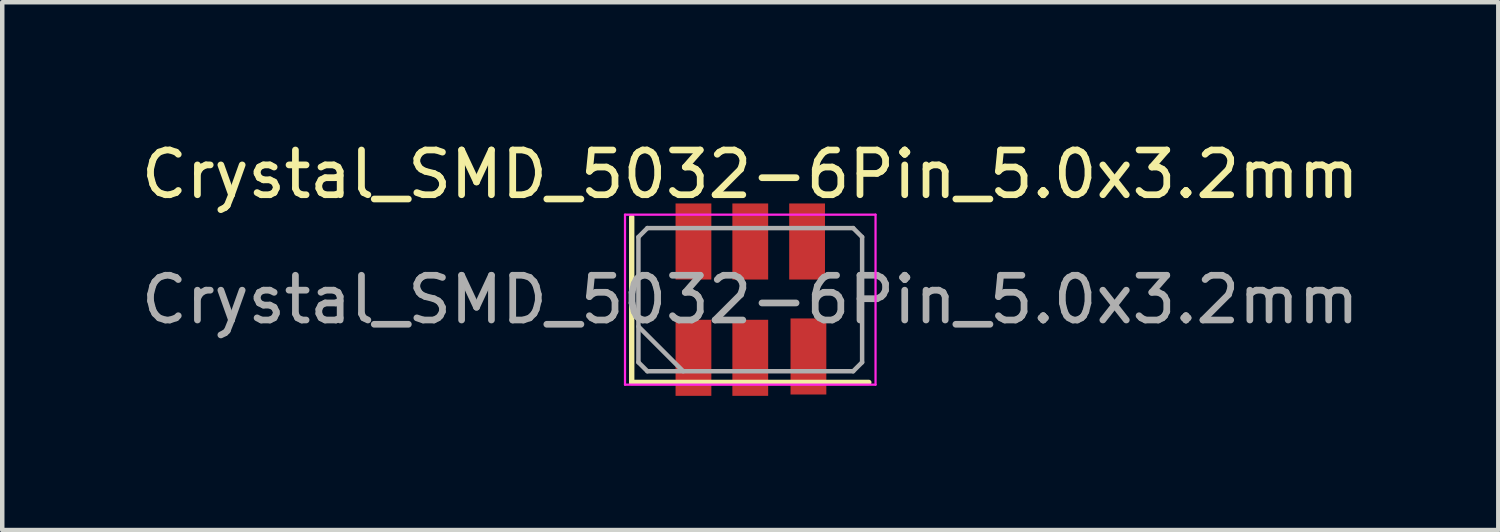
<source format=kicad_pcb>
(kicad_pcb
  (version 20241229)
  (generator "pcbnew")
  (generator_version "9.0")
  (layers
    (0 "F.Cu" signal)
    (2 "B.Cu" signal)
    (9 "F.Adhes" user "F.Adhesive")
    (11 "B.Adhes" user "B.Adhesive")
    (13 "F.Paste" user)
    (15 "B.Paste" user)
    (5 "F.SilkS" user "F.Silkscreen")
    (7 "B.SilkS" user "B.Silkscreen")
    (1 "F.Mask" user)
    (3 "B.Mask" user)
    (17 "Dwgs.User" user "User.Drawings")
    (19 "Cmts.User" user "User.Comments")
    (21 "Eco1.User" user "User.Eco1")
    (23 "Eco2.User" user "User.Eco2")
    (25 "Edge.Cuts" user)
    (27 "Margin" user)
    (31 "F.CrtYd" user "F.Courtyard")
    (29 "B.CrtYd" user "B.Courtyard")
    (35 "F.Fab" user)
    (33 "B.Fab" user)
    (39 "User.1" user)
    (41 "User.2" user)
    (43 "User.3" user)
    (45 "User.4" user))
  (footprint "Crystal_SMD_5032-6Pin_5.0x3.2mm"
    (layer "F.Cu")
    (at 13.72 3.648)
    (property "Reference" "Crystal_SMD_5032-6Pin_5.0x3.2mm" (at 0 -2.8 0) (layer "F.SilkS") (effects (font (size 1 1) (thickness 0.15))))
    (attr smd)
    (fp_line (start -2.65 -1.85) (end -2.65 1.85) (stroke (width 0.12) (type solid)) (layer "F.SilkS"))
    (fp_line (start -2.65 1.85) (end 2.65 1.85) (stroke (width 0.12) (type solid)) (layer "F.SilkS"))
    (fp_line (start -2.8 -1.9) (end -2.8 1.9) (stroke (width 0.05) (type solid)) (layer "F.CrtYd"))
    (fp_line (start -2.8 1.9) (end 2.8 1.9) (stroke (width 0.05) (type solid)) (layer "F.CrtYd"))
    (fp_line (start 2.8 -1.9) (end -2.8 -1.9) (stroke (width 0.05) (type solid)) (layer "F.CrtYd"))
    (fp_line (start 2.8 1.9) (end 2.8 -1.9) (stroke (width 0.05) (type solid)) (layer "F.CrtYd"))
    (fp_line (start -2.5 -1.4) (end -2.3 -1.6) (stroke (width 0.1) (type solid)) (layer "F.Fab"))
    (fp_line (start -2.5 0.6) (end -1.5 1.6) (stroke (width 0.1) (type solid)) (layer "F.Fab"))
    (fp_line (start -2.5 1.4) (end -2.5 -1.4) (stroke (width 0.1) (type solid)) (layer "F.Fab"))
    (fp_line (start -2.3 -1.6) (end 2.3 -1.6) (stroke (width 0.1) (type solid)) (layer "F.Fab"))
    (fp_line (start -2.3 1.6) (end -2.5 1.4) (stroke (width 0.1) (type solid)) (layer "F.Fab"))
    (fp_line (start 2.3 -1.6) (end 2.5 -1.4) (stroke (width 0.1) (type solid)) (layer "F.Fab"))
    (fp_line (start 2.3 1.6) (end -2.3 1.6) (stroke (width 0.1) (type solid)) (layer "F.Fab"))
    (fp_line (start 2.5 -1.4) (end 2.5 1.4) (stroke (width 0.1) (type solid)) (layer "F.Fab"))
    (fp_line (start 2.5 1.4) (end 2.3 1.6) (stroke (width 0.1) (type solid)) (layer "F.Fab"))
    (fp_text user "${REFERENCE}" (at 0 0 0) (layer "F.Fab") (effects (font (size 1 1) (thickness 0.15))))
    (pad "1" smd rect (at -1.27 1.3) (size 0.8 1.7) (layers "F.Cu" "F.Mask" "F.Paste"))
    (pad "2" smd rect (at 0 1.3) (size 0.8 1.7) (layers "F.Cu" "F.Mask" "F.Paste"))
    (pad "3" smd rect (at 1.3 1.27) (size 0.8 1.7) (layers "F.Cu" "F.Mask" "F.Paste"))
    (pad "4" smd rect (at 1.27 -1.3) (size 0.8 1.7) (layers "F.Cu" "F.Mask" "F.Paste"))
    (pad "5" smd rect (at 0 -1.3) (size 0.8 1.7) (layers "F.Cu" "F.Mask" "F.Paste"))
    (pad "6" smd rect (at -1.27 -1.3) (size 0.8 1.7) (layers "F.Cu" "F.Mask" "F.Paste")))
  (gr_rect
    (start -3 -3)
    (end 30.44 8.798)
    (stroke (width 0.1) (type default))
    (fill no)
    (layer "Edge.Cuts")))
</source>
